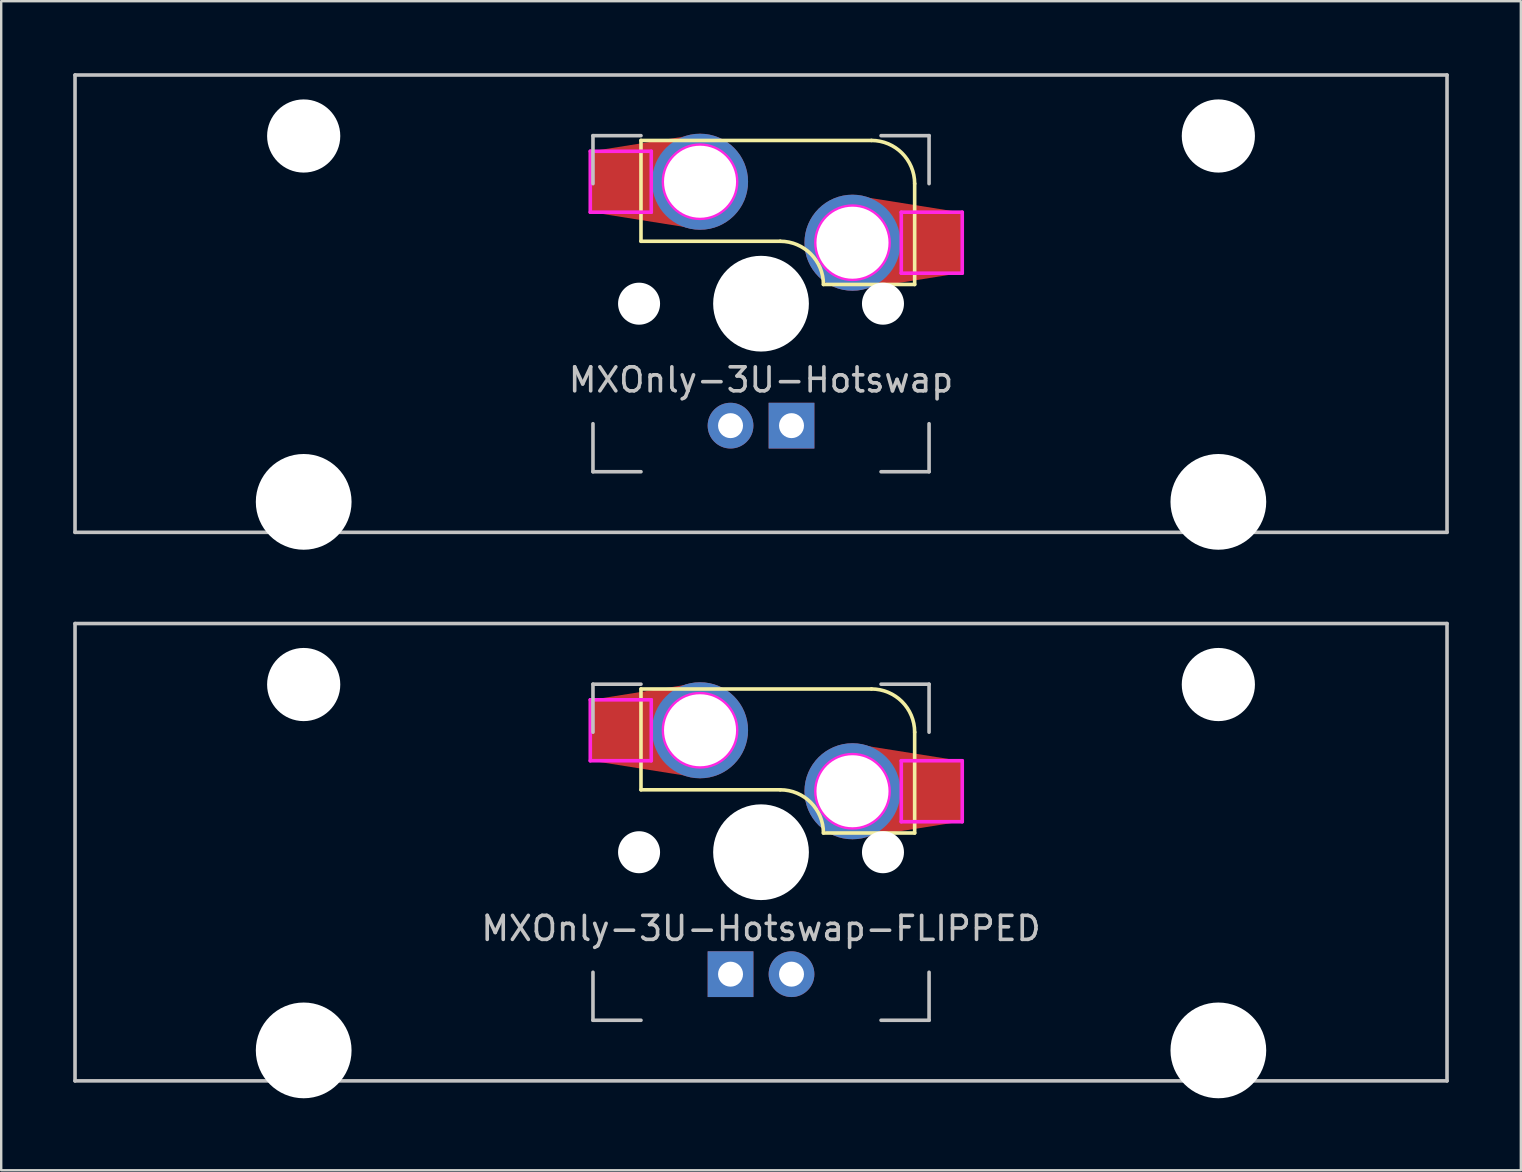
<source format=kicad_pcb>
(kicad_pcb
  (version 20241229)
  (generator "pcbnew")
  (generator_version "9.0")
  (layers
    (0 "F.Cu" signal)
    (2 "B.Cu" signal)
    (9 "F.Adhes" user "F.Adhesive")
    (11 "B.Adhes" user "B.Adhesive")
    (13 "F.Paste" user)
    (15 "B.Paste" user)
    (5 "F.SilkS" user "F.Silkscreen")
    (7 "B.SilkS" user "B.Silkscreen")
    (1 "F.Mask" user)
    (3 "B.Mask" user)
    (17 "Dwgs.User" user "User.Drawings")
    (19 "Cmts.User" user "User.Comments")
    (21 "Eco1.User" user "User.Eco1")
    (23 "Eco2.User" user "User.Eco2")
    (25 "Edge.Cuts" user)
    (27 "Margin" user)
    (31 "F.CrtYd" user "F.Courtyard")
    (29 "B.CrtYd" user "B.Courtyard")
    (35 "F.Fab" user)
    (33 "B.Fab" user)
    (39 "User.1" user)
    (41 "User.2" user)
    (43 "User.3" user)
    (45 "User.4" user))
  (footprint "MXOnly-3U-Hotswap"
    (layer "F.Cu")
    (at 28.65 9.6)
    (property "Reference" "MXOnly-3U-Hotswap" (at 0 3.175 180) (layer "Dwgs.User") (effects (font (size 1 1) (thickness 0.15))))
    (attr through_hole)
    (fp_line (start -5 -6.8) (end 4.6 -6.8) (stroke (width 0.15) (type solid)) (layer "F.SilkS"))
    (fp_line (start -5 -2.6) (end -5 -6.8) (stroke (width 0.15) (type solid)) (layer "F.SilkS"))
    (fp_line (start 0.8 -2.6) (end -5 -2.6) (stroke (width 0.15) (type solid)) (layer "F.SilkS"))
    (fp_line (start 6.4 -5) (end 6.4 -0.8) (stroke (width 0.15) (type solid)) (layer "F.SilkS"))
    (fp_line (start 6.4 -0.8) (end 2.6 -0.8) (stroke (width 0.15) (type solid)) (layer "F.SilkS"))
    (fp_arc (start 0.8 -2.6) (mid 2.072792 -2.072792) (end 2.6 -0.8) (stroke (width 0.15) (type solid)) (layer "F.SilkS"))
    (fp_arc (start 4.6 -6.8) (mid 5.872792 -6.272792) (end 6.4 -5) (stroke (width 0.15) (type solid)) (layer "F.SilkS"))
    (fp_poly (pts (xy -5.08 -3.493) (xy -7.112 -3.81) (xy -7.112 -6.35) (xy -5.08 -6.668)) (stroke (width 0.1) (type solid)) (fill yes) (layer "F.Paste"))
    (fp_poly (pts (xy 6.477 -4.064) (xy 8.509 -3.747) (xy 8.509 -1.206) (xy 6.477 -0.889)) (stroke (width 0.1) (type solid)) (fill yes) (layer "F.Paste"))
    (fp_line (start -28.575 -9.525) (end 28.575 -9.525) (stroke (width 0.15) (type solid)) (layer "Dwgs.User"))
    (fp_line (start -28.575 9.525) (end -28.575 -9.525) (stroke (width 0.15) (type solid)) (layer "Dwgs.User"))
    (fp_line (start -28.575 9.525) (end 28.575 9.525) (stroke (width 0.15) (type solid)) (layer "Dwgs.User"))
    (fp_line (start -7 -7) (end -7 -5) (stroke (width 0.15) (type solid)) (layer "Dwgs.User"))
    (fp_line (start -7 7) (end -7 5) (stroke (width 0.15) (type solid)) (layer "Dwgs.User"))
    (fp_line (start -5 -7) (end -7 -7) (stroke (width 0.15) (type solid)) (layer "Dwgs.User"))
    (fp_line (start -5 7) (end -7 7) (stroke (width 0.15) (type solid)) (layer "Dwgs.User"))
    (fp_line (start 5 -7) (end 7 -7) (stroke (width 0.15) (type solid)) (layer "Dwgs.User"))
    (fp_line (start 7 -7) (end 7 -5) (stroke (width 0.15) (type solid)) (layer "Dwgs.User"))
    (fp_line (start 7 5) (end 7 7) (stroke (width 0.15) (type solid)) (layer "Dwgs.User"))
    (fp_line (start 7 7) (end 5 7) (stroke (width 0.15) (type solid)) (layer "Dwgs.User"))
    (fp_line (start 28.575 -9.525) (end 28.575 9.525) (stroke (width 0.15) (type solid)) (layer "Dwgs.User"))
    (fp_line (start -7.112 -6.35) (end -7.112 -3.81) (stroke (width 0.15) (type solid)) (layer "F.CrtYd"))
    (fp_line (start -7.112 -3.81) (end -4.572 -3.81) (stroke (width 0.15) (type solid)) (layer "F.CrtYd"))
    (fp_line (start -4.572 -6.35) (end -7.112 -6.35) (stroke (width 0.15) (type solid)) (layer "F.CrtYd"))
    (fp_line (start -4.572 -3.81) (end -4.572 -6.35) (stroke (width 0.15) (type solid)) (layer "F.CrtYd"))
    (fp_line (start 5.842 -3.81) (end 5.842 -1.27) (stroke (width 0.15) (type solid)) (layer "F.CrtYd"))
    (fp_line (start 5.842 -1.27) (end 8.382 -1.27) (stroke (width 0.15) (type solid)) (layer "F.CrtYd"))
    (fp_line (start 8.382 -3.81) (end 5.842 -3.81) (stroke (width 0.15) (type solid)) (layer "F.CrtYd"))
    (fp_line (start 8.382 -1.27) (end 8.382 -3.81) (stroke (width 0.15) (type solid)) (layer "F.CrtYd"))
    (fp_circle (center -2.54 -5.08) (end -2.54 -6.604) (stroke (width 0.15) (type solid)) (fill no) (layer "F.CrtYd"))
    (fp_circle (center 3.81 -2.54) (end 3.81 -4.064) (stroke (width 0.15) (type solid)) (fill no) (layer "F.CrtYd"))
    (pad "" np_thru_hole circle (at -19.05 -6.985) (size 3.048 3.048) (drill 3.048) (layers "*.Cu" "*.Mask"))
    (pad "" np_thru_hole circle (at -19.05 8.255) (size 3.988 3.988) (drill 3.988) (layers "*.Cu" "*.Mask"))
    (pad "" np_thru_hole circle (at -5.08 0 131.9) (size 1.75 1.75) (drill 1.75) (layers "*.Cu" "*.Mask"))
    (pad "" np_thru_hole circle (at 0 0 180) (size 3.988 3.988) (drill 3.988) (layers "*.Cu" "*.Mask"))
    (pad "" np_thru_hole circle (at 5.08 0 131.9) (size 1.75 1.75) (drill 1.75) (layers "*.Cu" "*.Mask"))
    (pad "" np_thru_hole circle (at 19.05 -6.985) (size 3.048 3.048) (drill 3.048) (layers "*.Cu" "*.Mask"))
    (pad "" np_thru_hole circle (at 19.05 8.255) (size 3.988 3.988) (drill 3.988) (layers "*.Cu" "*.Mask"))
    (pad "1" thru_hole circle (at 3.81 -2.54 180) (size 4 4) (drill 3) (layers "*.Cu" "F.Mask"))
    (pad "1" smd custom (at 7.085 -2.54 180) (size 2.55 2.5) (layers "F.Cu" "F.Mask") (options (anchor rect)) (primitives (gr_poly (pts (xy -1.195 1.219) (xy 3.275 1.93) (xy 3.275 -1.93) (xy -1.195 -1.219)) (width 0.1) (fill yes))))
    (pad "2" smd custom (at -5.841 -5.08 180) (size 2.55 2.5) (layers "F.Cu" "F.Mask") (options (anchor rect)) (primitives (gr_poly (pts (xy 1.219 -1.219) (xy -3.251 -1.93) (xy -3.251 1.93) (xy 1.219 1.219)) (width 0.1) (fill yes))))
    (pad "2" thru_hole circle (at -2.54 -5.08 180) (size 4 4) (drill 3) (layers "*.Cu" "F.Mask"))
    (pad "3" thru_hole circle (at -1.27 5.08) (size 1.905 1.905) (drill 1.04) (layers "*.Cu" "F.Mask"))
    (pad "4" thru_hole rect (at 1.27 5.08) (size 1.905 1.905) (drill 1.04) (layers "*.Cu" "F.Mask")))
  (footprint "MXOnly-3U-Hotswap-FLIPPED"
    (layer "F.Cu")
    (at 28.65 32.449)
    (property "Reference" "MXOnly-3U-Hotswap-FLIPPED" (at 0 3.175 180) (layer "Dwgs.User") (effects (font (size 1 1) (thickness 0.15))))
    (attr through_hole)
    (fp_line (start -5 -6.8) (end 4.6 -6.8) (stroke (width 0.15) (type solid)) (layer "F.SilkS"))
    (fp_line (start -5 -2.6) (end -5 -6.8) (stroke (width 0.15) (type solid)) (layer "F.SilkS"))
    (fp_line (start 0.8 -2.6) (end -5 -2.6) (stroke (width 0.15) (type solid)) (layer "F.SilkS"))
    (fp_line (start 6.4 -5) (end 6.4 -0.8) (stroke (width 0.15) (type solid)) (layer "F.SilkS"))
    (fp_line (start 6.4 -0.8) (end 2.6 -0.8) (stroke (width 0.15) (type solid)) (layer "F.SilkS"))
    (fp_arc (start 0.8 -2.6) (mid 2.072792 -2.072792) (end 2.6 -0.8) (stroke (width 0.15) (type solid)) (layer "F.SilkS"))
    (fp_arc (start 4.6 -6.8) (mid 5.872792 -6.272792) (end 6.4 -5) (stroke (width 0.15) (type solid)) (layer "F.SilkS"))
    (fp_poly (pts (xy -5.08 -3.493) (xy -7.112 -3.81) (xy -7.112 -6.35) (xy -5.08 -6.668)) (stroke (width 0.1) (type solid)) (fill yes) (layer "F.Paste"))
    (fp_poly (pts (xy 6.477 -4.064) (xy 8.509 -3.747) (xy 8.509 -1.206) (xy 6.477 -0.889)) (stroke (width 0.1) (type solid)) (fill yes) (layer "F.Paste"))
    (fp_line (start -28.575 -9.525) (end 28.575 -9.525) (stroke (width 0.15) (type solid)) (layer "Dwgs.User"))
    (fp_line (start -28.575 9.525) (end -28.575 -9.525) (stroke (width 0.15) (type solid)) (layer "Dwgs.User"))
    (fp_line (start -28.575 9.525) (end 28.575 9.525) (stroke (width 0.15) (type solid)) (layer "Dwgs.User"))
    (fp_line (start -7 -7) (end -7 -5) (stroke (width 0.15) (type solid)) (layer "Dwgs.User"))
    (fp_line (start -7 7) (end -7 5) (stroke (width 0.15) (type solid)) (layer "Dwgs.User"))
    (fp_line (start -5 -7) (end -7 -7) (stroke (width 0.15) (type solid)) (layer "Dwgs.User"))
    (fp_line (start -5 7) (end -7 7) (stroke (width 0.15) (type solid)) (layer "Dwgs.User"))
    (fp_line (start 5 -7) (end 7 -7) (stroke (width 0.15) (type solid)) (layer "Dwgs.User"))
    (fp_line (start 7 -7) (end 7 -5) (stroke (width 0.15) (type solid)) (layer "Dwgs.User"))
    (fp_line (start 7 5) (end 7 7) (stroke (width 0.15) (type solid)) (layer "Dwgs.User"))
    (fp_line (start 7 7) (end 5 7) (stroke (width 0.15) (type solid)) (layer "Dwgs.User"))
    (fp_line (start 28.575 -9.525) (end 28.575 9.525) (stroke (width 0.15) (type solid)) (layer "Dwgs.User"))
    (fp_line (start -7.112 -6.35) (end -7.112 -3.81) (stroke (width 0.15) (type solid)) (layer "F.CrtYd"))
    (fp_line (start -7.112 -3.81) (end -4.572 -3.81) (stroke (width 0.15) (type solid)) (layer "F.CrtYd"))
    (fp_line (start -4.572 -6.35) (end -7.112 -6.35) (stroke (width 0.15) (type solid)) (layer "F.CrtYd"))
    (fp_line (start -4.572 -3.81) (end -4.572 -6.35) (stroke (width 0.15) (type solid)) (layer "F.CrtYd"))
    (fp_line (start 5.842 -3.81) (end 5.842 -1.27) (stroke (width 0.15) (type solid)) (layer "F.CrtYd"))
    (fp_line (start 5.842 -1.27) (end 8.382 -1.27) (stroke (width 0.15) (type solid)) (layer "F.CrtYd"))
    (fp_line (start 8.382 -3.81) (end 5.842 -3.81) (stroke (width 0.15) (type solid)) (layer "F.CrtYd"))
    (fp_line (start 8.382 -1.27) (end 8.382 -3.81) (stroke (width 0.15) (type solid)) (layer "F.CrtYd"))
    (fp_circle (center -2.54 -5.08) (end -2.54 -6.604) (stroke (width 0.15) (type solid)) (fill no) (layer "F.CrtYd"))
    (fp_circle (center 3.81 -2.54) (end 3.81 -4.064) (stroke (width 0.15) (type solid)) (fill no) (layer "F.CrtYd"))
    (pad "" np_thru_hole circle (at -19.05 -6.985) (size 3.048 3.048) (drill 3.048) (layers "*.Cu" "*.Mask"))
    (pad "" np_thru_hole circle (at -19.05 8.255) (size 3.988 3.988) (drill 3.988) (layers "*.Cu" "*.Mask"))
    (pad "" np_thru_hole circle (at -5.08 0 131.9) (size 1.75 1.75) (drill 1.75) (layers "*.Cu" "*.Mask"))
    (pad "" np_thru_hole circle (at 0 0 180) (size 3.988 3.988) (drill 3.988) (layers "*.Cu" "*.Mask"))
    (pad "" np_thru_hole circle (at 5.08 0 131.9) (size 1.75 1.75) (drill 1.75) (layers "*.Cu" "*.Mask"))
    (pad "" np_thru_hole circle (at 19.05 -6.985) (size 3.048 3.048) (drill 3.048) (layers "*.Cu" "*.Mask"))
    (pad "" np_thru_hole circle (at 19.05 8.255) (size 3.988 3.988) (drill 3.988) (layers "*.Cu" "*.Mask"))
    (pad "1" thru_hole circle (at 3.81 -2.54 180) (size 4 4) (drill 3) (layers "*.Cu" "F.Mask"))
    (pad "1" smd custom (at 7.085 -2.54 180) (size 2.55 2.5) (layers "F.Cu" "F.Mask") (options (anchor rect)) (primitives (gr_poly (pts (xy -1.195 1.219) (xy 3.275 1.93) (xy 3.275 -1.93) (xy -1.195 -1.219)) (width 0.1) (fill yes))))
    (pad "2" smd custom (at -5.841 -5.08 180) (size 2.55 2.5) (layers "F.Cu" "F.Mask") (options (anchor rect)) (primitives (gr_poly (pts (xy 1.219 -1.219) (xy -3.251 -1.93) (xy -3.251 1.93) (xy 1.219 1.219)) (width 0.1) (fill yes))))
    (pad "2" thru_hole circle (at -2.54 -5.08 180) (size 4 4) (drill 3) (layers "*.Cu" "F.Mask"))
    (pad "3" thru_hole circle (at 1.27 5.08) (size 1.905 1.905) (drill 1.04) (layers "*.Cu" "B.Mask"))
    (pad "4" thru_hole rect (at -1.27 5.08) (size 1.905 1.905) (drill 1.04) (layers "*.Cu" "B.Mask")))
  (gr_rect
    (start -3 -3)
    (end 60.3 45.698)
    (stroke (width 0.1) (type default))
    (fill no)
    (layer "Edge.Cuts")))
</source>
